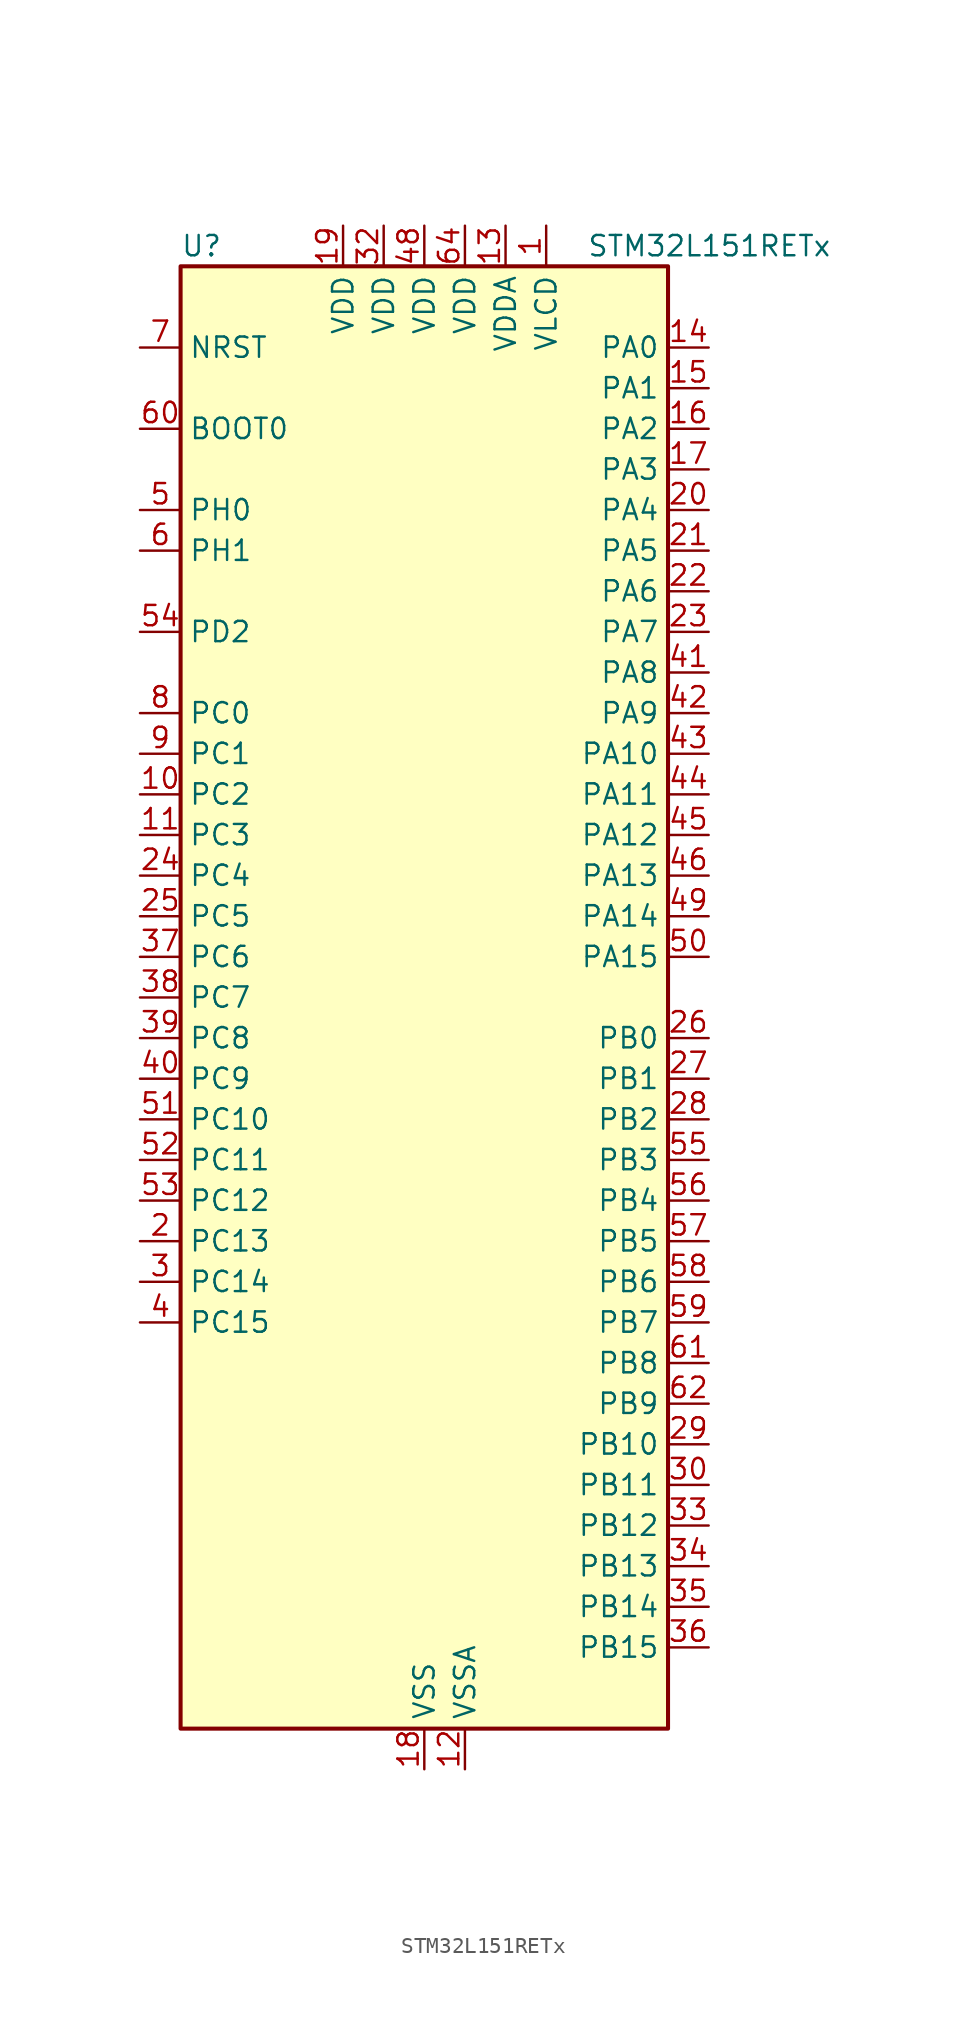
<source format=kicad_sym>
(kicad_symbol_lib
  (version 20241209)
  (generator "kicad_symbol_editor")
  (generator_version "9.0")
  (symbol "STM32L151RETx"
    (property "Reference" "U"
      (at -15.24 46.99 0)
      (effects (font (size 1.27 1.27)) (justify left)))
    (property "Value" "STM32L151RETx"
      (at 10.16 46.99 0)
      (effects (font (size 1.27 1.27)) (justify left)))
    (symbol "STM32L151RETx_0_1"
      (rectangle (start -15.24 -45.72) (end 15.24 45.72) (stroke (width 0.254) (type default)) (fill (type background))))
    (symbol "STM32L151RETx_1_1"
      (pin input line (at -17.78 40.64 0) (length 2.54) (name "NRST" (effects (font (size 1.27 1.27)))) (number "7" (effects (font (size 1.27 1.27)))))
      (pin input line (at -17.78 35.56 0) (length 2.54) (name "BOOT0" (effects (font (size 1.27 1.27)))) (number "60" (effects (font (size 1.27 1.27)))))
      (pin bidirectional line (at -17.78 30.48 0) (length 2.54) (name "PH0" (effects (font (size 1.27 1.27)))) (number "5" (effects (font (size 1.27 1.27)))) (alternate "RCC_OSC_IN" bidirectional line))
      (pin bidirectional line (at -17.78 27.94 0) (length 2.54) (name "PH1" (effects (font (size 1.27 1.27)))) (number "6" (effects (font (size 1.27 1.27)))) (alternate "RCC_OSC_OUT" bidirectional line))
      (pin bidirectional line (at -17.78 22.86 0) (length 2.54) (name "PD2" (effects (font (size 1.27 1.27)))) (number "54" (effects (font (size 1.27 1.27)))) (alternate "TIM3_ETR" bidirectional line) (alternate "TIMX_IC3" bidirectional line) (alternate "UART5_RX" bidirectional line))
      (pin bidirectional line (at -17.78 17.78 0) (length 2.54) (name "PC0" (effects (font (size 1.27 1.27)))) (number "8" (effects (font (size 1.27 1.27)))) (alternate "ADC_IN10" bidirectional line) (alternate "COMP1_INP" bidirectional line) (alternate "TIMX_IC1" bidirectional line) (alternate "TS_G8_IO1" bidirectional line))
      (pin bidirectional line (at -17.78 15.24 0) (length 2.54) (name "PC1" (effects (font (size 1.27 1.27)))) (number "9" (effects (font (size 1.27 1.27)))) (alternate "ADC_IN11" bidirectional line) (alternate "COMP1_INP" bidirectional line) (alternate "TIMX_IC2" bidirectional line) (alternate "TS_G8_IO2" bidirectional line))
      (pin bidirectional line (at -17.78 12.7 0) (length 2.54) (name "PC2" (effects (font (size 1.27 1.27)))) (number "10" (effects (font (size 1.27 1.27)))) (alternate "ADC_IN12" bidirectional line) (alternate "COMP1_INP" bidirectional line) (alternate "TIMX_IC3" bidirectional line) (alternate "TS_G8_IO3" bidirectional line))
      (pin bidirectional line (at -17.78 10.16 0) (length 2.54) (name "PC3" (effects (font (size 1.27 1.27)))) (number "11" (effects (font (size 1.27 1.27)))) (alternate "ADC_IN13" bidirectional line) (alternate "COMP1_INP" bidirectional line) (alternate "TIMX_IC4" bidirectional line) (alternate "TS_G8_IO4" bidirectional line))
      (pin bidirectional line (at -17.78 7.62 0) (length 2.54) (name "PC4" (effects (font (size 1.27 1.27)))) (number "24" (effects (font (size 1.27 1.27)))) (alternate "ADC_IN14" bidirectional line) (alternate "COMP1_INP" bidirectional line) (alternate "TIMX_IC1" bidirectional line) (alternate "TS_G9_IO1" bidirectional line))
      (pin bidirectional line (at -17.78 5.08 0) (length 2.54) (name "PC5" (effects (font (size 1.27 1.27)))) (number "25" (effects (font (size 1.27 1.27)))) (alternate "ADC_IN15" bidirectional line) (alternate "COMP1_INP" bidirectional line) (alternate "TIMX_IC2" bidirectional line) (alternate "TS_G9_IO2" bidirectional line))
      (pin bidirectional line (at -17.78 2.54 0) (length 2.54) (name "PC6" (effects (font (size 1.27 1.27)))) (number "37" (effects (font (size 1.27 1.27)))) (alternate "I2S2_MCK" bidirectional line) (alternate "TIM3_CH1" bidirectional line) (alternate "TIMX_IC3" bidirectional line) (alternate "TS_G10_IO1" bidirectional line))
      (pin bidirectional line (at -17.78 0 0) (length 2.54) (name "PC7" (effects (font (size 1.27 1.27)))) (number "38" (effects (font (size 1.27 1.27)))) (alternate "I2S3_MCK" bidirectional line) (alternate "TIM3_CH2" bidirectional line) (alternate "TIMX_IC4" bidirectional line) (alternate "TS_G10_IO2" bidirectional line))
      (pin bidirectional line (at -17.78 -2.54 0) (length 2.54) (name "PC8" (effects (font (size 1.27 1.27)))) (number "39" (effects (font (size 1.27 1.27)))) (alternate "TIM3_CH3" bidirectional line) (alternate "TIMX_IC1" bidirectional line) (alternate "TS_G10_IO3" bidirectional line))
      (pin bidirectional line (at -17.78 -5.08 0) (length 2.54) (name "PC9" (effects (font (size 1.27 1.27)))) (number "40" (effects (font (size 1.27 1.27)))) (alternate "DAC_EXTI9" bidirectional line) (alternate "TIM3_CH4" bidirectional line) (alternate "TIMX_IC2" bidirectional line) (alternate "TS_G10_IO4" bidirectional line))
      (pin bidirectional line (at -17.78 -7.62 0) (length 2.54) (name "PC10" (effects (font (size 1.27 1.27)))) (number "51" (effects (font (size 1.27 1.27)))) (alternate "I2S3_CK" bidirectional line) (alternate "SPI3_SCK" bidirectional line) (alternate "TIMX_IC3" bidirectional line) (alternate "UART4_TX" bidirectional line) (alternate "USART3_TX" bidirectional line))
      (pin bidirectional line (at -17.78 -10.16 0) (length 2.54) (name "PC11" (effects (font (size 1.27 1.27)))) (number "52" (effects (font (size 1.27 1.27)))) (alternate "ADC_EXTI11" bidirectional line) (alternate "SPI3_MISO" bidirectional line) (alternate "TIMX_IC4" bidirectional line) (alternate "UART4_RX" bidirectional line) (alternate "USART3_RX" bidirectional line))
      (pin bidirectional line (at -17.78 -12.7 0) (length 2.54) (name "PC12" (effects (font (size 1.27 1.27)))) (number "53" (effects (font (size 1.27 1.27)))) (alternate "I2S3_SD" bidirectional line) (alternate "SPI3_MOSI" bidirectional line) (alternate "TIMX_IC1" bidirectional line) (alternate "UART5_TX" bidirectional line) (alternate "USART3_CK" bidirectional line))
      (pin bidirectional line (at -17.78 -15.24 0) (length 2.54) (name "PC13" (effects (font (size 1.27 1.27)))) (number "2" (effects (font (size 1.27 1.27)))) (alternate "RTC_OUT_ALARM" bidirectional line) (alternate "RTC_OUT_CALIB" bidirectional line) (alternate "RTC_TAMP1" bidirectional line) (alternate "RTC_TS" bidirectional line) (alternate "SYS_WKUP2" bidirectional line) (alternate "TIMX_IC2" bidirectional line))
      (pin bidirectional line (at -17.78 -17.78 0) (length 2.54) (name "PC14" (effects (font (size 1.27 1.27)))) (number "3" (effects (font (size 1.27 1.27)))) (alternate "RCC_OSC32_IN" bidirectional line) (alternate "TIMX_IC3" bidirectional line))
      (pin bidirectional line (at -17.78 -20.32 0) (length 2.54) (name "PC15" (effects (font (size 1.27 1.27)))) (number "4" (effects (font (size 1.27 1.27)))) (alternate "ADC_EXTI15" bidirectional line) (alternate "RCC_OSC32_OUT" bidirectional line) (alternate "TIMX_IC4" bidirectional line))
      (pin power_in line (at -5.08 48.26 270) (length 2.54) (name "VDD" (effects (font (size 1.27 1.27)))) (number "19" (effects (font (size 1.27 1.27)))))
      (pin power_in line (at -2.54 48.26 270) (length 2.54) (name "VDD" (effects (font (size 1.27 1.27)))) (number "32" (effects (font (size 1.27 1.27)))))
      (pin power_in line (at 0 48.26 270) (length 2.54) (name "VDD" (effects (font (size 1.27 1.27)))) (number "48" (effects (font (size 1.27 1.27)))))
      (pin power_in line (at 0 -48.26 90) (length 2.54) (name "VSS" (effects (font (size 1.27 1.27)))) (number "18" (effects (font (size 1.27 1.27)))))
      (pin passive line (at 0 -48.26 90) (length 2.54) (hide yes) (name "VSS" (effects (font (size 1.27 1.27)))) (number "31" (effects (font (size 1.27 1.27)))))
      (pin passive line (at 0 -48.26 90) (length 2.54) (hide yes) (name "VSS" (effects (font (size 1.27 1.27)))) (number "47" (effects (font (size 1.27 1.27)))))
      (pin passive line (at 0 -48.26 90) (length 2.54) (hide yes) (name "VSS" (effects (font (size 1.27 1.27)))) (number "63" (effects (font (size 1.27 1.27)))))
      (pin power_in line (at 2.54 48.26 270) (length 2.54) (name "VDD" (effects (font (size 1.27 1.27)))) (number "64" (effects (font (size 1.27 1.27)))))
      (pin power_in line (at 2.54 -48.26 90) (length 2.54) (name "VSSA" (effects (font (size 1.27 1.27)))) (number "12" (effects (font (size 1.27 1.27)))))
      (pin power_in line (at 5.08 48.26 270) (length 2.54) (name "VDDA" (effects (font (size 1.27 1.27)))) (number "13" (effects (font (size 1.27 1.27)))))
      (pin power_in line (at 7.62 48.26 270) (length 2.54) (name "VLCD" (effects (font (size 1.27 1.27)))) (number "1" (effects (font (size 1.27 1.27)))))
      (pin bidirectional line (at 17.78 40.64 180) (length 2.54) (name "PA0" (effects (font (size 1.27 1.27)))) (number "14" (effects (font (size 1.27 1.27)))) (alternate "ADC_IN0" bidirectional line) (alternate "COMP1_INP" bidirectional line) (alternate "RTC_TAMP2" bidirectional line) (alternate "SYS_WKUP1" bidirectional line) (alternate "TIM2_CH1" bidirectional line) (alternate "TIM2_ETR" bidirectional line) (alternate "TIM5_CH1" bidirectional line) (alternate "TIMX_IC1" bidirectional line) (alternate "TS_G1_IO1" bidirectional line) (alternate "USART2_CTS" bidirectional line))
      (pin bidirectional line (at 17.78 38.1 180) (length 2.54) (name "PA1" (effects (font (size 1.27 1.27)))) (number "15" (effects (font (size 1.27 1.27)))) (alternate "ADC_IN1" bidirectional line) (alternate "COMP1_INP" bidirectional line) (alternate "OPAMP1_VINP" bidirectional line) (alternate "TIM2_CH2" bidirectional line) (alternate "TIM5_CH2" bidirectional line) (alternate "TIMX_IC2" bidirectional line) (alternate "TS_G1_IO2" bidirectional line) (alternate "USART2_RTS" bidirectional line))
      (pin bidirectional line (at 17.78 35.56 180) (length 2.54) (name "PA2" (effects (font (size 1.27 1.27)))) (number "16" (effects (font (size 1.27 1.27)))) (alternate "ADC_IN2" bidirectional line) (alternate "COMP1_INP" bidirectional line) (alternate "OPAMP1_VINM" bidirectional line) (alternate "TIM2_CH3" bidirectional line) (alternate "TIM5_CH3" bidirectional line) (alternate "TIM9_CH1" bidirectional line) (alternate "TIMX_IC3" bidirectional line) (alternate "TS_G1_IO3" bidirectional line) (alternate "USART2_TX" bidirectional line))
      (pin bidirectional line (at 17.78 33.02 180) (length 2.54) (name "PA3" (effects (font (size 1.27 1.27)))) (number "17" (effects (font (size 1.27 1.27)))) (alternate "ADC_IN3" bidirectional line) (alternate "COMP1_INP" bidirectional line) (alternate "OPAMP1_VOUT" bidirectional line) (alternate "TIM2_CH4" bidirectional line) (alternate "TIM5_CH4" bidirectional line) (alternate "TIM9_CH2" bidirectional line) (alternate "TIMX_IC4" bidirectional line) (alternate "TS_G1_IO4" bidirectional line) (alternate "USART2_RX" bidirectional line))
      (pin bidirectional line (at 17.78 30.48 180) (length 2.54) (name "PA4" (effects (font (size 1.27 1.27)))) (number "20" (effects (font (size 1.27 1.27)))) (alternate "ADC_IN4" bidirectional line) (alternate "COMP1_INP" bidirectional line) (alternate "DAC_OUT1" bidirectional line) (alternate "I2S3_WS" bidirectional line) (alternate "SPI1_NSS" bidirectional line) (alternate "SPI3_NSS" bidirectional line) (alternate "TIMX_IC1" bidirectional line) (alternate "USART2_CK" bidirectional line))
      (pin bidirectional line (at 17.78 27.94 180) (length 2.54) (name "PA5" (effects (font (size 1.27 1.27)))) (number "21" (effects (font (size 1.27 1.27)))) (alternate "ADC_IN5" bidirectional line) (alternate "COMP1_INP" bidirectional line) (alternate "DAC_OUT2" bidirectional line) (alternate "SPI1_SCK" bidirectional line) (alternate "TIM2_CH1" bidirectional line) (alternate "TIM2_ETR" bidirectional line) (alternate "TIMX_IC2" bidirectional line))
      (pin bidirectional line (at 17.78 25.4 180) (length 2.54) (name "PA6" (effects (font (size 1.27 1.27)))) (number "22" (effects (font (size 1.27 1.27)))) (alternate "ADC_IN6" bidirectional line) (alternate "COMP1_INP" bidirectional line) (alternate "OPAMP2_VINP" bidirectional line) (alternate "SPI1_MISO" bidirectional line) (alternate "TIM10_CH1" bidirectional line) (alternate "TIM3_CH1" bidirectional line) (alternate "TIMX_IC3" bidirectional line) (alternate "TS_G2_IO1" bidirectional line))
      (pin bidirectional line (at 17.78 22.86 180) (length 2.54) (name "PA7" (effects (font (size 1.27 1.27)))) (number "23" (effects (font (size 1.27 1.27)))) (alternate "ADC_IN7" bidirectional line) (alternate "COMP1_INP" bidirectional line) (alternate "OPAMP2_VINM" bidirectional line) (alternate "SPI1_MOSI" bidirectional line) (alternate "TIM11_CH1" bidirectional line) (alternate "TIM3_CH2" bidirectional line) (alternate "TIMX_IC4" bidirectional line) (alternate "TS_G2_IO2" bidirectional line))
      (pin bidirectional line (at 17.78 20.32 180) (length 2.54) (name "PA8" (effects (font (size 1.27 1.27)))) (number "41" (effects (font (size 1.27 1.27)))) (alternate "RCC_MCO" bidirectional line) (alternate "TIMX_IC1" bidirectional line) (alternate "TS_G4_IO1" bidirectional line) (alternate "USART1_CK" bidirectional line))
      (pin bidirectional line (at 17.78 17.78 180) (length 2.54) (name "PA9" (effects (font (size 1.27 1.27)))) (number "42" (effects (font (size 1.27 1.27)))) (alternate "DAC_EXTI9" bidirectional line) (alternate "TIMX_IC2" bidirectional line) (alternate "TS_G4_IO2" bidirectional line) (alternate "USART1_TX" bidirectional line))
      (pin bidirectional line (at 17.78 15.24 180) (length 2.54) (name "PA10" (effects (font (size 1.27 1.27)))) (number "43" (effects (font (size 1.27 1.27)))) (alternate "TIMX_IC3" bidirectional line) (alternate "TS_G4_IO3" bidirectional line) (alternate "USART1_RX" bidirectional line))
      (pin bidirectional line (at 17.78 12.7 180) (length 2.54) (name "PA11" (effects (font (size 1.27 1.27)))) (number "44" (effects (font (size 1.27 1.27)))) (alternate "ADC_EXTI11" bidirectional line) (alternate "SPI1_MISO" bidirectional line) (alternate "TIMX_IC4" bidirectional line) (alternate "USART1_CTS" bidirectional line) (alternate "USB_DM" bidirectional line))
      (pin bidirectional line (at 17.78 10.16 180) (length 2.54) (name "PA12" (effects (font (size 1.27 1.27)))) (number "45" (effects (font (size 1.27 1.27)))) (alternate "SPI1_MOSI" bidirectional line) (alternate "TIMX_IC1" bidirectional line) (alternate "USART1_RTS" bidirectional line) (alternate "USB_DP" bidirectional line))
      (pin bidirectional line (at 17.78 7.62 180) (length 2.54) (name "PA13" (effects (font (size 1.27 1.27)))) (number "46" (effects (font (size 1.27 1.27)))) (alternate "SYS_JTMS-SWDIO" bidirectional line) (alternate "TIMX_IC2" bidirectional line) (alternate "TS_G5_IO1" bidirectional line))
      (pin bidirectional line (at 17.78 5.08 180) (length 2.54) (name "PA14" (effects (font (size 1.27 1.27)))) (number "49" (effects (font (size 1.27 1.27)))) (alternate "SYS_JTCK-SWCLK" bidirectional line) (alternate "TIMX_IC3" bidirectional line) (alternate "TS_G5_IO2" bidirectional line))
      (pin bidirectional line (at 17.78 2.54 180) (length 2.54) (name "PA15" (effects (font (size 1.27 1.27)))) (number "50" (effects (font (size 1.27 1.27)))) (alternate "ADC_EXTI15" bidirectional line) (alternate "I2S3_WS" bidirectional line) (alternate "SPI1_NSS" bidirectional line) (alternate "SPI3_NSS" bidirectional line) (alternate "SYS_JTDI" bidirectional line) (alternate "TIM2_CH1" bidirectional line) (alternate "TIM2_ETR" bidirectional line) (alternate "TIMX_IC4" bidirectional line) (alternate "TS_G5_IO3" bidirectional line))
      (pin bidirectional line (at 17.78 -2.54 180) (length 2.54) (name "PB0" (effects (font (size 1.27 1.27)))) (number "26" (effects (font (size 1.27 1.27)))) (alternate "ADC_IN8" bidirectional line) (alternate "COMP1_INP" bidirectional line) (alternate "OPAMP2_VOUT" bidirectional line) (alternate "SYS_V_REF_OUT" bidirectional line) (alternate "TIM3_CH3" bidirectional line) (alternate "TS_G3_IO1" bidirectional line))
      (pin bidirectional line (at 17.78 -5.08 180) (length 2.54) (name "PB1" (effects (font (size 1.27 1.27)))) (number "27" (effects (font (size 1.27 1.27)))) (alternate "ADC_IN9" bidirectional line) (alternate "COMP1_INP" bidirectional line) (alternate "SYS_V_REF_OUT" bidirectional line) (alternate "TIM3_CH4" bidirectional line) (alternate "TS_G3_IO2" bidirectional line))
      (pin bidirectional line (at 17.78 -7.62 180) (length 2.54) (name "PB2" (effects (font (size 1.27 1.27)))) (number "28" (effects (font (size 1.27 1.27)))) (alternate "ADC_IN0b" bidirectional line) (alternate "TS_G3_IO3" bidirectional line))
      (pin bidirectional line (at 17.78 -10.16 180) (length 2.54) (name "PB3" (effects (font (size 1.27 1.27)))) (number "55" (effects (font (size 1.27 1.27)))) (alternate "COMP2_INM" bidirectional line) (alternate "I2S3_CK" bidirectional line) (alternate "SPI1_SCK" bidirectional line) (alternate "SPI3_SCK" bidirectional line) (alternate "SYS_JTDO-TRACESWO" bidirectional line) (alternate "TIM2_CH2" bidirectional line))
      (pin bidirectional line (at 17.78 -12.7 180) (length 2.54) (name "PB4" (effects (font (size 1.27 1.27)))) (number "56" (effects (font (size 1.27 1.27)))) (alternate "COMP2_INP" bidirectional line) (alternate "SPI1_MISO" bidirectional line) (alternate "SPI3_MISO" bidirectional line) (alternate "SYS_JTRST" bidirectional line) (alternate "TIM3_CH1" bidirectional line) (alternate "TS_G6_IO1" bidirectional line))
      (pin bidirectional line (at 17.78 -15.24 180) (length 2.54) (name "PB5" (effects (font (size 1.27 1.27)))) (number "57" (effects (font (size 1.27 1.27)))) (alternate "COMP2_INP" bidirectional line) (alternate "I2C1_SMBA" bidirectional line) (alternate "I2S3_SD" bidirectional line) (alternate "SPI1_MOSI" bidirectional line) (alternate "SPI3_MOSI" bidirectional line) (alternate "TIM3_CH2" bidirectional line) (alternate "TS_G6_IO2" bidirectional line))
      (pin bidirectional line (at 17.78 -17.78 180) (length 2.54) (name "PB6" (effects (font (size 1.27 1.27)))) (number "58" (effects (font (size 1.27 1.27)))) (alternate "COMP2_INP" bidirectional line) (alternate "I2C1_SCL" bidirectional line) (alternate "TIM4_CH1" bidirectional line) (alternate "TS_G6_IO3" bidirectional line) (alternate "USART1_TX" bidirectional line))
      (pin bidirectional line (at 17.78 -20.32 180) (length 2.54) (name "PB7" (effects (font (size 1.27 1.27)))) (number "59" (effects (font (size 1.27 1.27)))) (alternate "COMP2_INP" bidirectional line) (alternate "I2C1_SDA" bidirectional line) (alternate "SYS_PVD_IN" bidirectional line) (alternate "TIM4_CH2" bidirectional line) (alternate "TS_G6_IO4" bidirectional line) (alternate "USART1_RX" bidirectional line))
      (pin bidirectional line (at 17.78 -22.86 180) (length 2.54) (name "PB8" (effects (font (size 1.27 1.27)))) (number "61" (effects (font (size 1.27 1.27)))) (alternate "I2C1_SCL" bidirectional line) (alternate "TIM10_CH1" bidirectional line) (alternate "TIM4_CH3" bidirectional line))
      (pin bidirectional line (at 17.78 -25.4 180) (length 2.54) (name "PB9" (effects (font (size 1.27 1.27)))) (number "62" (effects (font (size 1.27 1.27)))) (alternate "DAC_EXTI9" bidirectional line) (alternate "I2C1_SDA" bidirectional line) (alternate "TIM11_CH1" bidirectional line) (alternate "TIM4_CH4" bidirectional line))
      (pin bidirectional line (at 17.78 -27.94 180) (length 2.54) (name "PB10" (effects (font (size 1.27 1.27)))) (number "29" (effects (font (size 1.27 1.27)))) (alternate "I2C2_SCL" bidirectional line) (alternate "TIM2_CH3" bidirectional line) (alternate "USART3_TX" bidirectional line))
      (pin bidirectional line (at 17.78 -30.48 180) (length 2.54) (name "PB11" (effects (font (size 1.27 1.27)))) (number "30" (effects (font (size 1.27 1.27)))) (alternate "ADC_EXTI11" bidirectional line) (alternate "I2C2_SDA" bidirectional line) (alternate "TIM2_CH4" bidirectional line) (alternate "USART3_RX" bidirectional line))
      (pin bidirectional line (at 17.78 -33.02 180) (length 2.54) (name "PB12" (effects (font (size 1.27 1.27)))) (number "33" (effects (font (size 1.27 1.27)))) (alternate "ADC_IN18" bidirectional line) (alternate "COMP1_INP" bidirectional line) (alternate "I2C2_SMBA" bidirectional line) (alternate "I2S2_WS" bidirectional line) (alternate "SPI2_NSS" bidirectional line) (alternate "TIM10_CH1" bidirectional line) (alternate "TS_G7_IO1" bidirectional line) (alternate "USART3_CK" bidirectional line))
      (pin bidirectional line (at 17.78 -35.56 180) (length 2.54) (name "PB13" (effects (font (size 1.27 1.27)))) (number "34" (effects (font (size 1.27 1.27)))) (alternate "ADC_IN19" bidirectional line) (alternate "COMP1_INP" bidirectional line) (alternate "I2S2_CK" bidirectional line) (alternate "SPI2_SCK" bidirectional line) (alternate "TIM9_CH1" bidirectional line) (alternate "TS_G7_IO2" bidirectional line) (alternate "USART3_CTS" bidirectional line))
      (pin bidirectional line (at 17.78 -38.1 180) (length 2.54) (name "PB14" (effects (font (size 1.27 1.27)))) (number "35" (effects (font (size 1.27 1.27)))) (alternate "ADC_IN20" bidirectional line) (alternate "COMP1_INP" bidirectional line) (alternate "SPI2_MISO" bidirectional line) (alternate "TIM9_CH2" bidirectional line) (alternate "TS_G7_IO3" bidirectional line) (alternate "USART3_RTS" bidirectional line))
      (pin bidirectional line (at 17.78 -40.64 180) (length 2.54) (name "PB15" (effects (font (size 1.27 1.27)))) (number "36" (effects (font (size 1.27 1.27)))) (alternate "ADC_EXTI15" bidirectional line) (alternate "ADC_IN21" bidirectional line) (alternate "COMP1_INP" bidirectional line) (alternate "I2S2_SD" bidirectional line) (alternate "RTC_REFIN" bidirectional line) (alternate "SPI2_MOSI" bidirectional line) (alternate "TIM11_CH1" bidirectional line) (alternate "TS_G7_IO4" bidirectional line)))))
</source>
